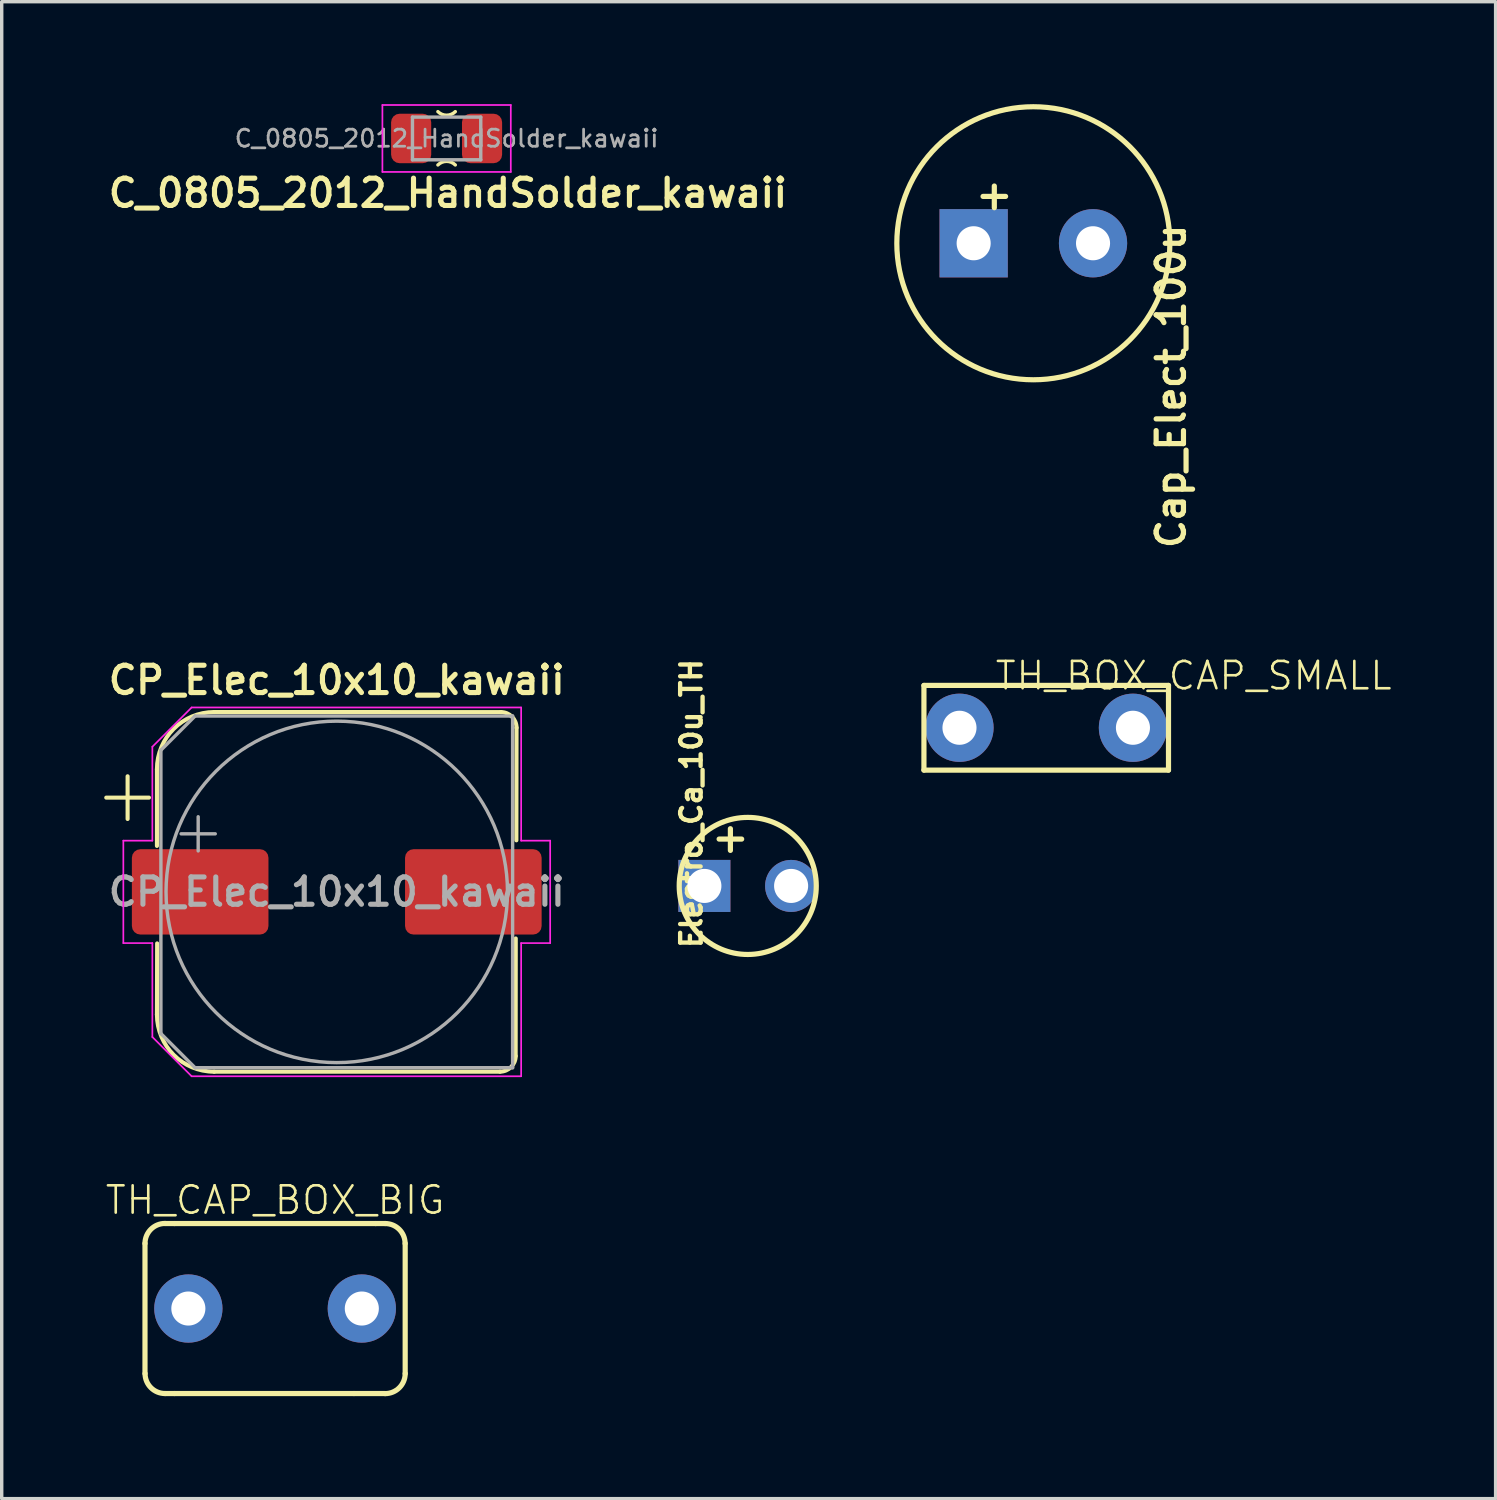
<source format=kicad_pcb>
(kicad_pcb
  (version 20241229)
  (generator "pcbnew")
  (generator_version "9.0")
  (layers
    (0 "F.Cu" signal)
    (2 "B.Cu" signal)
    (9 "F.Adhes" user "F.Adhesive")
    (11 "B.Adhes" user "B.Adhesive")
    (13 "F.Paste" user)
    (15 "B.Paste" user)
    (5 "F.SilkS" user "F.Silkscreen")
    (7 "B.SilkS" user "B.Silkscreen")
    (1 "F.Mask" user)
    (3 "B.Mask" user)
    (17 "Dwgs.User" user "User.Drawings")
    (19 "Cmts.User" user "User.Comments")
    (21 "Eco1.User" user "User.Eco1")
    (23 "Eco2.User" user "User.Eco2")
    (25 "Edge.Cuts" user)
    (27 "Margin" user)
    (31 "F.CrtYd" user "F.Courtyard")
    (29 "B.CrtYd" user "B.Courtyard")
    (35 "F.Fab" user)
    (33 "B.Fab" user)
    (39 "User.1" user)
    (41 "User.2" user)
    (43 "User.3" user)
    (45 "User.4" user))
  (footprint "C_0805_2012_HandSolder_kawaii"
    (layer "F.Cu")
    (at 10.029 1.005)
    (property "Reference" "C_0805_2012_HandSolder_kawaii" (at 0.04 1.6 0) (layer "F.SilkS") (effects (font (size 0.8 0.8) (thickness 0.15))))
    (attr smd)
    (fp_arc (start -0.254558 0.775441) (mid 0 0.67) (end 0.254558 0.775442) (stroke (width 0.1) (type default)) (layer "F.SilkS"))
    (fp_arc (start 0.254558 -0.785442) (mid 0 -0.680001) (end -0.254558 -0.785443) (stroke (width 0.1) (type default)) (layer "F.SilkS"))
    (fp_line (start -1.88 -0.98) (end 1.88 -0.98) (stroke (width 0.05) (type solid)) (layer "F.CrtYd"))
    (fp_line (start -1.88 0.98) (end -1.88 -0.98) (stroke (width 0.05) (type solid)) (layer "F.CrtYd"))
    (fp_line (start 1.88 -0.98) (end 1.88 0.98) (stroke (width 0.05) (type solid)) (layer "F.CrtYd"))
    (fp_line (start 1.88 0.98) (end -1.88 0.98) (stroke (width 0.05) (type solid)) (layer "F.CrtYd"))
    (fp_line (start -1 -0.625) (end 1 -0.625) (stroke (width 0.1) (type solid)) (layer "F.Fab"))
    (fp_line (start -1 0.625) (end -1 -0.625) (stroke (width 0.1) (type solid)) (layer "F.Fab"))
    (fp_line (start 1 -0.625) (end 1 0.625) (stroke (width 0.1) (type solid)) (layer "F.Fab"))
    (fp_line (start 1 0.625) (end -1 0.625) (stroke (width 0.1) (type solid)) (layer "F.Fab"))
    (fp_text user "${REFERENCE}" (at 0 0 0) (layer "F.Fab") (effects (font (size 0.5 0.5) (thickness 0.08))))
    (pad "1" smd roundrect (at -1.038 0) (size 1.175 1.45) (layers "F.Cu" "F.Mask" "F.Paste") (roundrect_rratio 0.213))
    (pad "2" smd roundrect (at 1.038 0) (size 1.175 1.45) (layers "F.Cu" "F.Mask" "F.Paste") (roundrect_rratio 0.213)))
  (footprint "Cap_Elect_100u"
    (layer "F.Cu")
    (at 27.212 4.074)
    (property "Reference" "Cap_Elect_100u" (at 4.034 4.191 90) (layer "F.SilkS") (effects (font (size 0.8 0.8) (thickness 0.152))))
    (attr exclude_from_pos_files exclude_from_bom)
    (fp_line (start -1.143 -1.676) (end -1.143 -1.041) (stroke (width 0.152) (type solid)) (layer "F.SilkS"))
    (fp_line (start -0.813 -1.372) (end -1.473 -1.372) (stroke (width 0.152) (type solid)) (layer "F.SilkS"))
    (fp_circle (center 0 0) (end 0 -3.998) (stroke (width 0.152) (type solid)) (fill no) (layer "F.SilkS"))
    (pad "+" thru_hole rect (at -1.748 0) (size 1.999 1.999) (drill 0.998) (layers "*.Cu" "*.Paste" "*.Mask"))
    (pad "-" thru_hole circle (at 1.748 0) (size 1.999 1.999) (drill 0.998) (layers "*.Cu" "*.Paste" "*.Mask")))
  (footprint "TH_CAP_BOX_BIG"
    (layer "F.Cu")
    (at 5.006 35.271)
    (property "Reference" "TH_CAP_BOX_BIG" (at 0 -3.175 0) (layer "F.SilkS") (effects (font (size 0.8 0.8) (thickness 0.076))))
    (attr exclude_from_pos_files exclude_from_bom)
    (fp_line (start -3.81 1.905) (end -3.81 -1.905) (stroke (width 0.152) (type solid)) (layer "F.SilkS"))
    (fp_line (start -3.223 -2.489) (end -2.946 -2.489) (stroke (width 0.152) (type solid)) (layer "F.SilkS"))
    (fp_line (start -2.946 -2.489) (end 2.946 -2.489) (stroke (width 0.152) (type solid)) (layer "F.SilkS"))
    (fp_line (start -2.946 2.489) (end -3.223 2.489) (stroke (width 0.152) (type solid)) (layer "F.SilkS"))
    (fp_line (start 2.311 2.489) (end -2.946 2.489) (stroke (width 0.152) (type solid)) (layer "F.SilkS"))
    (fp_line (start 2.946 -2.489) (end 3.223 -2.489) (stroke (width 0.152) (type solid)) (layer "F.SilkS"))
    (fp_line (start 3.223 2.489) (end 2.311 2.489) (stroke (width 0.152) (type solid)) (layer "F.SilkS"))
    (fp_line (start 3.81 -1.905) (end 3.81 1.905) (stroke (width 0.152) (type solid)) (layer "F.SilkS"))
    (fp_arc (start -3.81 -1.905) (mid -3.638148 -2.319888) (end -3.22326 -2.49174) (stroke (width 0.1524) (type solid)) (layer "F.SilkS"))
    (fp_arc (start -3.22326 2.4892) (mid -3.636352 2.318092) (end -3.80746 1.905) (stroke (width 0.1524) (type solid)) (layer "F.SilkS"))
    (fp_arc (start 3.22326 -2.4892) (mid 3.636352 -2.318092) (end 3.80746 -1.905) (stroke (width 0.1524) (type solid)) (layer "F.SilkS"))
    (fp_arc (start 3.81 1.905) (mid 3.638148 2.319888) (end 3.22326 2.49174) (stroke (width 0.1524) (type solid)) (layer "F.SilkS"))
    (pad "1" thru_hole circle (at -2.54 0) (size 1.999 1.999) (drill 0.998) (layers "*.Cu" "*.Paste" "*.Mask"))
    (pad "2" thru_hole circle (at 2.54 0) (size 1.999 1.999) (drill 0.998) (layers "*.Cu" "*.Paste" "*.Mask")))
  (footprint "Electro_Ca_10u_TH"
    (layer "F.Cu")
    (at 18.848 22.895)
    (property "Reference" "Electro_Ca_10u_TH" (at -1.651 -2.413 270) (layer "F.SilkS") (effects (font (size 0.6 0.6) (thickness 0.127))))
    (attr exclude_from_pos_files exclude_from_bom)
    (fp_line (start -0.508 -1.676) (end -0.508 -1.041) (stroke (width 0.152) (type solid)) (layer "F.SilkS"))
    (fp_line (start -0.178 -1.372) (end -0.838 -1.372) (stroke (width 0.152) (type solid)) (layer "F.SilkS"))
    (fp_circle (center 0 0) (end 0 -2.007) (stroke (width 0.152) (type solid)) (fill no) (layer "F.SilkS"))
    (pad "+" thru_hole rect (at -1.27 0) (size 1.524 1.524) (drill 0.998) (layers "*.Cu" "*.Paste" "*.Mask"))
    (pad "-" thru_hole circle (at 1.27 0) (size 1.524 1.524) (drill 0.998) (layers "*.Cu" "*.Paste" "*.Mask")))
  (footprint "CP_Elec_10x10_kawaii"
    (layer "F.Cu")
    (at 6.812 23.069)
    (property "Reference" "CP_Elec_10x10_kawaii" (at 0 -6.2 0) (layer "F.SilkS") (effects (font (size 0.8 0.8) (thickness 0.15))))
    (attr smd)
    (fp_line (start -6.75 -2.76) (end -5.5 -2.76) (stroke (width 0.12) (type solid)) (layer "F.SilkS"))
    (fp_line (start -6.125 -3.385) (end -6.125 -2.135) (stroke (width 0.12) (type solid)) (layer "F.SilkS"))
    (fp_line (start -5.266 3.59) (end -5.26 1.51) (stroke (width 0.12) (type solid)) (layer "F.SilkS"))
    (fp_line (start -5.266 -3.59) (end -5.266 -1.346) (stroke (width 0.12) (type solid)) (layer "F.SilkS"))
    (fp_line (start -3.59 5.266) (end 4.782 5.265) (stroke (width 0.12) (type solid)) (layer "F.SilkS"))
    (fp_line (start -3.59 -5.266) (end 4.808 -5.265) (stroke (width 0.12) (type solid)) (layer "F.SilkS"))
    (fp_line (start 5.239 4.808) (end 5.242 1.365) (stroke (width 0.12) (type solid)) (layer "F.SilkS"))
    (fp_line (start 5.265 -4.808) (end 5.26 -1.51) (stroke (width 0.12) (type solid)) (layer "F.SilkS"))
    (fp_arc (start -5.266206 -3.589807) (mid -4.7752 -4.775201) (end -3.589806 -5.266207) (stroke (width 0.12) (type default)) (layer "F.SilkS"))
    (fp_arc (start -3.589807 5.266206) (mid -4.7752 4.7752) (end -5.266207 3.589806) (stroke (width 0.12) (type default)) (layer "F.SilkS"))
    (fp_arc (start 4.807511 -5.264711) (mid 5.1308 -5.1308) (end 5.264711 -4.807511) (stroke (width 0.12) (type default)) (layer "F.SilkS"))
    (fp_arc (start 5.239311 4.807511) (mid 5.1054 5.1308) (end 4.782111 5.264711) (stroke (width 0.12) (type default)) (layer "F.SilkS"))
    (fp_line (start -6.25 -1.5) (end -6.25 1.5) (stroke (width 0.05) (type solid)) (layer "F.CrtYd"))
    (fp_line (start -6.25 1.5) (end -5.4 1.5) (stroke (width 0.05) (type solid)) (layer "F.CrtYd"))
    (fp_line (start -5.4 -4.25) (end -5.4 -1.5) (stroke (width 0.05) (type solid)) (layer "F.CrtYd"))
    (fp_line (start -5.4 -4.25) (end -4.25 -5.4) (stroke (width 0.05) (type solid)) (layer "F.CrtYd"))
    (fp_line (start -5.4 -1.5) (end -6.25 -1.5) (stroke (width 0.05) (type solid)) (layer "F.CrtYd"))
    (fp_line (start -5.4 1.5) (end -5.4 4.25) (stroke (width 0.05) (type solid)) (layer "F.CrtYd"))
    (fp_line (start -5.4 4.25) (end -4.25 5.4) (stroke (width 0.05) (type solid)) (layer "F.CrtYd"))
    (fp_line (start -4.25 -5.4) (end 5.4 -5.4) (stroke (width 0.05) (type solid)) (layer "F.CrtYd"))
    (fp_line (start -4.25 5.4) (end 5.4 5.4) (stroke (width 0.05) (type solid)) (layer "F.CrtYd"))
    (fp_line (start 5.4 -5.4) (end 5.4 -1.5) (stroke (width 0.05) (type solid)) (layer "F.CrtYd"))
    (fp_line (start 5.4 -1.5) (end 6.25 -1.5) (stroke (width 0.05) (type solid)) (layer "F.CrtYd"))
    (fp_line (start 5.4 1.5) (end 5.4 5.4) (stroke (width 0.05) (type solid)) (layer "F.CrtYd"))
    (fp_line (start 6.25 -1.5) (end 6.25 1.5) (stroke (width 0.05) (type solid)) (layer "F.CrtYd"))
    (fp_line (start 6.25 1.5) (end 5.4 1.5) (stroke (width 0.05) (type solid)) (layer "F.CrtYd"))
    (fp_line (start -5.15 -4.15) (end -5.15 4.15) (stroke (width 0.1) (type solid)) (layer "F.Fab"))
    (fp_line (start -5.15 -4.15) (end -4.15 -5.15) (stroke (width 0.1) (type solid)) (layer "F.Fab"))
    (fp_line (start -5.15 4.15) (end -4.15 5.15) (stroke (width 0.1) (type solid)) (layer "F.Fab"))
    (fp_line (start -4.558 -1.7) (end -3.558 -1.7) (stroke (width 0.1) (type solid)) (layer "F.Fab"))
    (fp_line (start -4.15 -5.15) (end 5.15 -5.15) (stroke (width 0.1) (type solid)) (layer "F.Fab"))
    (fp_line (start -4.15 5.15) (end 5.15 5.15) (stroke (width 0.1) (type solid)) (layer "F.Fab"))
    (fp_line (start -4.058 -2.2) (end -4.058 -1.2) (stroke (width 0.1) (type solid)) (layer "F.Fab"))
    (fp_line (start 5.15 -5.15) (end 5.15 5.15) (stroke (width 0.1) (type solid)) (layer "F.Fab"))
    (fp_circle (center 0 0) (end 5 0) (stroke (width 0.1) (type solid)) (fill no) (layer "F.Fab"))
    (fp_text user "${REFERENCE}" (at 0 0 0) (layer "F.Fab") (effects (font (size 0.8 0.8) (thickness 0.15))))
    (pad "1" smd roundrect (at -4 0) (size 4 2.5) (layers "F.Cu" "F.Mask" "F.Paste") (roundrect_rratio 0.1))
    (pad "2" smd roundrect (at 4 0) (size 4 2.5) (layers "F.Cu" "F.Mask" "F.Paste") (roundrect_rratio 0.1)))
  (footprint "TH_BOX_CAP_SMALL"
    (layer "F.Cu")
    (at 27.589 18.263)
    (property "Reference" "TH_BOX_CAP_SMALL" (at 4.318 -1.524 0) (layer "F.SilkS") (effects (font (size 0.8 0.8) (thickness 0.076))))
    (attr exclude_from_pos_files exclude_from_bom)
    (fp_line (start -3.581 -1.24) (end 3.581 -1.24) (stroke (width 0.152) (type solid)) (layer "F.SilkS"))
    (fp_line (start -3.581 1.24) (end -3.581 -1.24) (stroke (width 0.152) (type solid)) (layer "F.SilkS"))
    (fp_line (start 3.581 -1.24) (end 3.581 1.24) (stroke (width 0.152) (type solid)) (layer "F.SilkS"))
    (fp_line (start 3.581 1.24) (end -3.581 1.24) (stroke (width 0.152) (type solid)) (layer "F.SilkS"))
    (pad "1" thru_hole circle (at -2.54 0) (size 1.999 1.999) (drill 0.998) (layers "*.Cu" "*.Paste" "*.Mask"))
    (pad "2" thru_hole circle (at 2.54 0) (size 1.999 1.999) (drill 0.998) (layers "*.Cu" "*.Paste" "*.Mask")))
  (gr_rect
    (start -3 -3)
    (end 40.75 40.838)
    (stroke (width 0.1) (type default))
    (fill no)
    (layer "Edge.Cuts")))
</source>
